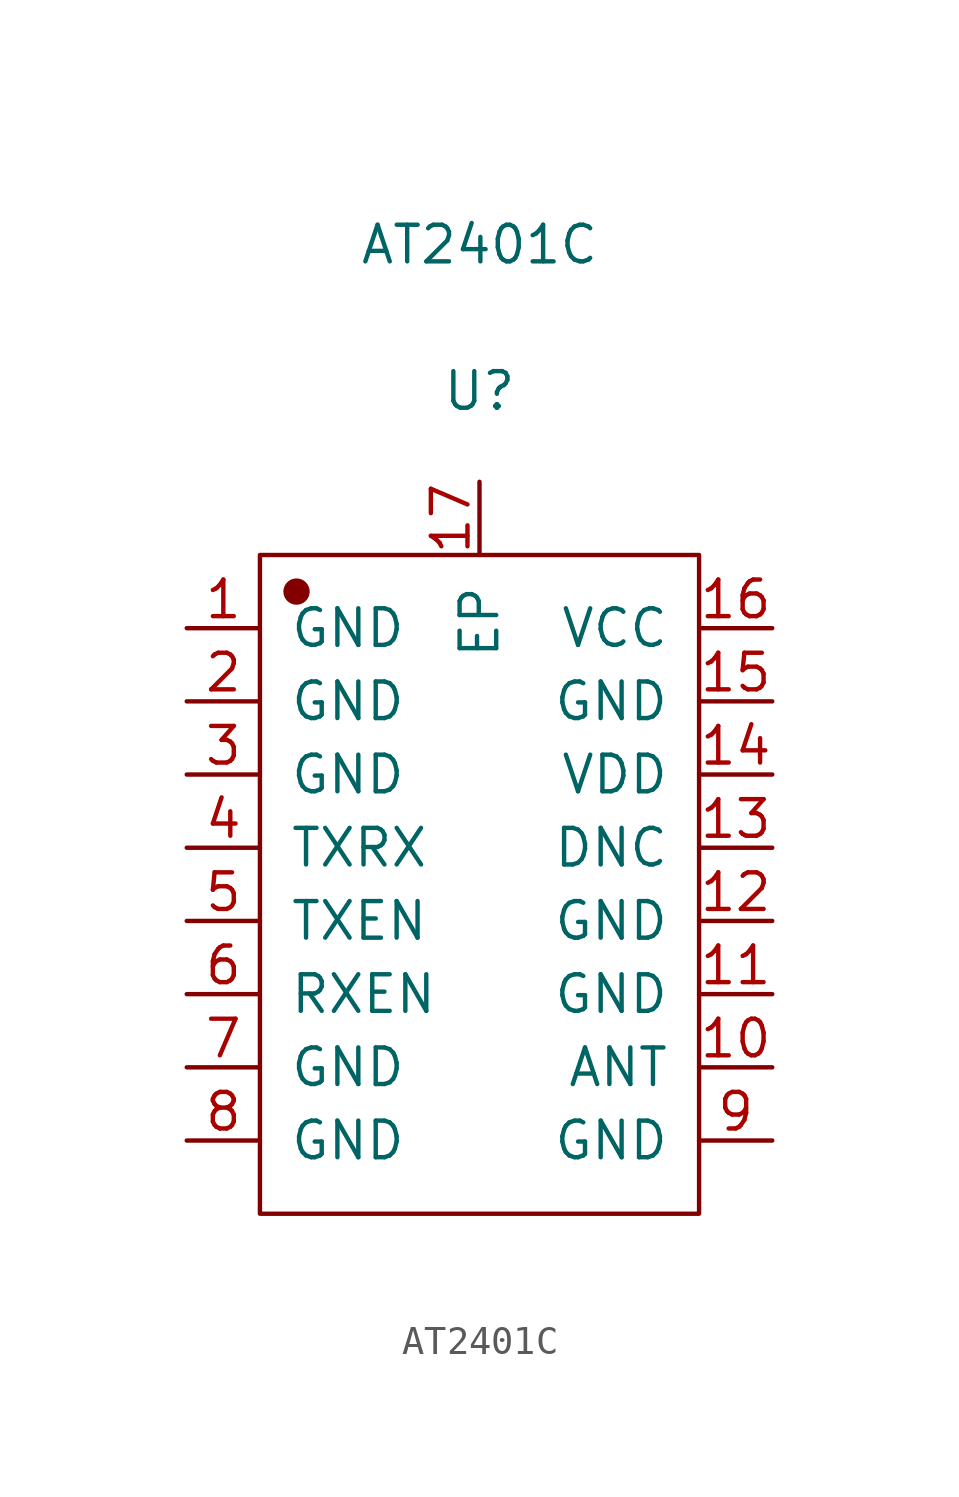
<source format=kicad_sym>
(kicad_symbol_lib
  (version 20211014)
  (generator kicad_symbol_editor)
  (symbol "AT2401C"
    (pin_names
      (offset 1.016))
    (property "Reference" "U"
      (at 0 17.12 0)
      (effects (font (size 1.27 1.27))))
    (property "Value" "AT2401C"
      (at 0 22.2 0)
      (effects (font (size 1.27 1.27))))
    (symbol "AT2401C_1_1"
      (rectangle (start -7.62 11.43) (end 7.62 -11.43) (stroke (width 0.152) (type default) (color 0 0 0 0)) (fill (type none)))
      (circle (center -6.35 10.16) (radius 0.381) (stroke (width 0.152) (type default) (color 0 0 0 0)) (fill (type outline)))
      (pin input line (at -10.16 8.89 0) (length 2.54) (name "GND" (effects (font (size 1.27 1.27)))) (number "1" (effects (font (size 1.27 1.27)))))
      (pin input line (at 10.16 -6.35 180) (length 2.54) (name "ANT" (effects (font (size 1.27 1.27)))) (number "10" (effects (font (size 1.27 1.27)))))
      (pin input line (at 10.16 -3.81 180) (length 2.54) (name "GND" (effects (font (size 1.27 1.27)))) (number "11" (effects (font (size 1.27 1.27)))))
      (pin input line (at 10.16 -1.27 180) (length 2.54) (name "GND" (effects (font (size 1.27 1.27)))) (number "12" (effects (font (size 1.27 1.27)))))
      (pin input line (at 10.16 1.27 180) (length 2.54) (name "DNC" (effects (font (size 1.27 1.27)))) (number "13" (effects (font (size 1.27 1.27)))))
      (pin input line (at 10.16 3.81 180) (length 2.54) (name "VDD" (effects (font (size 1.27 1.27)))) (number "14" (effects (font (size 1.27 1.27)))))
      (pin input line (at 10.16 6.35 180) (length 2.54) (name "GND" (effects (font (size 1.27 1.27)))) (number "15" (effects (font (size 1.27 1.27)))))
      (pin input line (at 10.16 8.89 180) (length 2.54) (name "VCC" (effects (font (size 1.27 1.27)))) (number "16" (effects (font (size 1.27 1.27)))))
      (pin input line (at 0 13.97 270) (length 2.54) (name "EP" (effects (font (size 1.27 1.27)))) (number "17" (effects (font (size 1.27 1.27)))))
      (pin input line (at -10.16 6.35 0) (length 2.54) (name "GND" (effects (font (size 1.27 1.27)))) (number "2" (effects (font (size 1.27 1.27)))))
      (pin input line (at -10.16 3.81 0) (length 2.54) (name "GND" (effects (font (size 1.27 1.27)))) (number "3" (effects (font (size 1.27 1.27)))))
      (pin input line (at -10.16 1.27 0) (length 2.54) (name "TXRX" (effects (font (size 1.27 1.27)))) (number "4" (effects (font (size 1.27 1.27)))))
      (pin input line (at -10.16 -1.27 0) (length 2.54) (name "TXEN" (effects (font (size 1.27 1.27)))) (number "5" (effects (font (size 1.27 1.27)))))
      (pin input line (at -10.16 -3.81 0) (length 2.54) (name "RXEN" (effects (font (size 1.27 1.27)))) (number "6" (effects (font (size 1.27 1.27)))))
      (pin input line (at -10.16 -6.35 0) (length 2.54) (name "GND" (effects (font (size 1.27 1.27)))) (number "7" (effects (font (size 1.27 1.27)))))
      (pin input line (at -10.16 -8.89 0) (length 2.54) (name "GND" (effects (font (size 1.27 1.27)))) (number "8" (effects (font (size 1.27 1.27)))))
      (pin input line (at 10.16 -8.89 180) (length 2.54) (name "GND" (effects (font (size 1.27 1.27)))) (number "9" (effects (font (size 1.27 1.27))))))))
</source>
